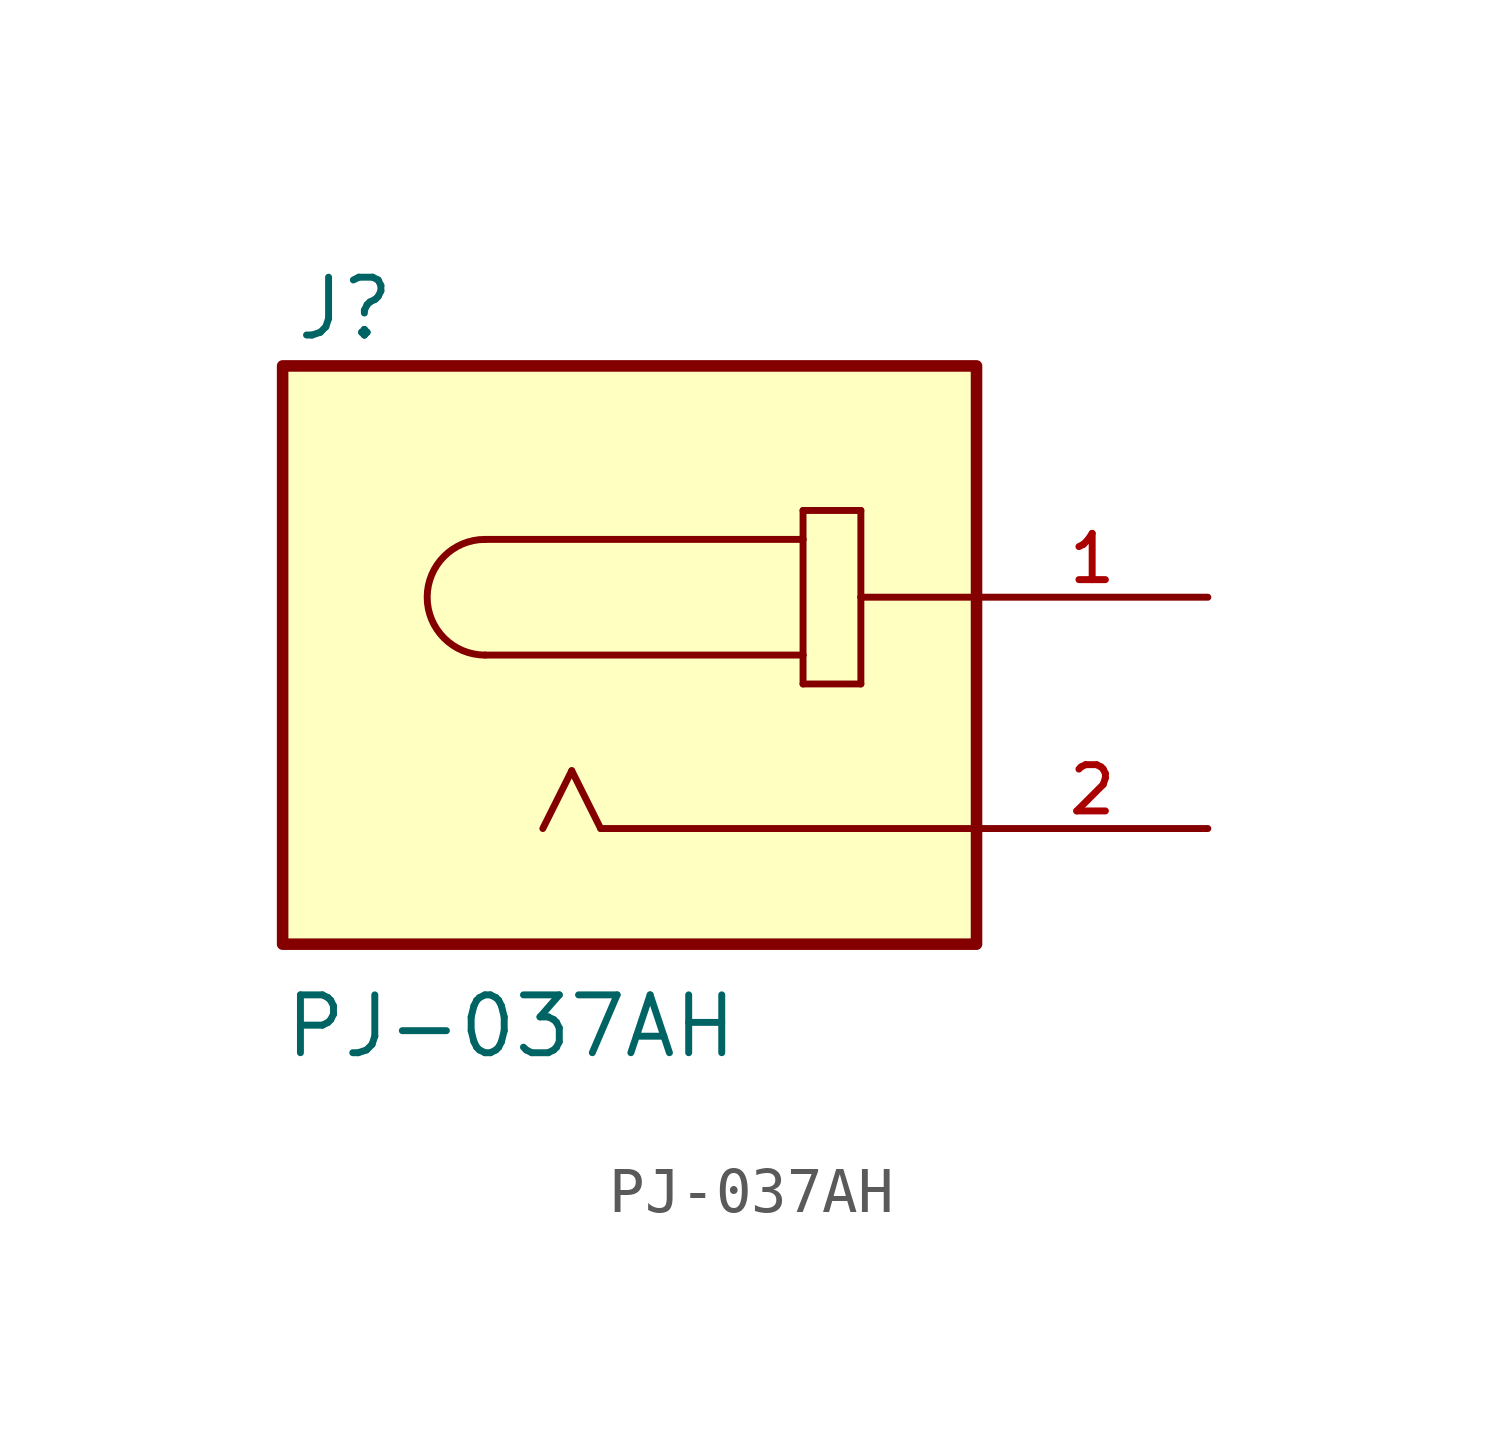
<source format=kicad_sym>
(kicad_symbol_lib
  (version 20211014)
  (generator kicad_symbol_editor)
  (symbol "PJ-037AH"
    (pin_names
      (offset 1.016))
    (property "Reference" "J"
      (at -12.456 8.135 0)
      (effects (font (size 1.27 1.27)) (justify bottom left)))
    (property "Value" "PJ-037AH"
      (at -12.711 -7.627 0)
      (effects (font (size 1.27 1.27)) (justify bottom left)))
    (symbol "PJ-037AH_0_0"
      (arc (start -8.255 3.81) (mid -9.525 2.54) (end -8.255 1.27) (stroke (width 0.1524) (type default) (color 0 0 0 0)) (fill (type none)))
      (polyline (pts (xy -8.255 3.81) (xy -1.27 3.81)) (stroke (width 0.152)))
      (polyline (pts (xy -1.27 3.81) (xy -1.27 1.27)) (stroke (width 0.152)))
      (polyline (pts (xy -1.27 1.27) (xy -8.255 1.27)) (stroke (width 0.152)))
      (polyline (pts (xy -1.27 1.27) (xy -1.27 0.635)) (stroke (width 0.152)))
      (polyline (pts (xy -1.27 0.635) (xy 0.0 0.635)) (stroke (width 0.152)))
      (polyline (pts (xy 0.0 0.635) (xy 0.0 2.54)) (stroke (width 0.152)))
      (polyline (pts (xy 0.0 2.54) (xy 0.0 4.445)) (stroke (width 0.152)))
      (polyline (pts (xy 0.0 4.445) (xy -1.27 4.445)) (stroke (width 0.152)))
      (polyline (pts (xy -1.27 4.445) (xy -1.27 3.81)) (stroke (width 0.152)))
      (polyline (pts (xy 2.54 -2.54) (xy -5.715 -2.54)) (stroke (width 0.152)))
      (polyline (pts (xy -5.715 -2.54) (xy -6.35 -1.27)) (stroke (width 0.152)))
      (polyline (pts (xy -6.35 -1.27) (xy -6.985 -2.54)) (stroke (width 0.152)))
      (polyline (pts (xy 2.54 2.54) (xy 0.0 2.54)) (stroke (width 0.152)))
      (rectangle (start -12.7 -5.08) (end 2.54 7.62) (stroke (width 0.254)) (fill (type background)))
      (pin passive line (at 7.62 2.54 180.0) (length 5.08) (name "~" (effects (font (size 1.016 1.016)))) (number "1" (effects (font (size 1.016 1.016)))))
      (pin passive line (at 7.62 -2.54 180.0) (length 5.08) (name "~" (effects (font (size 1.016 1.016)))) (number "2" (effects (font (size 1.016 1.016))))))))
</source>
